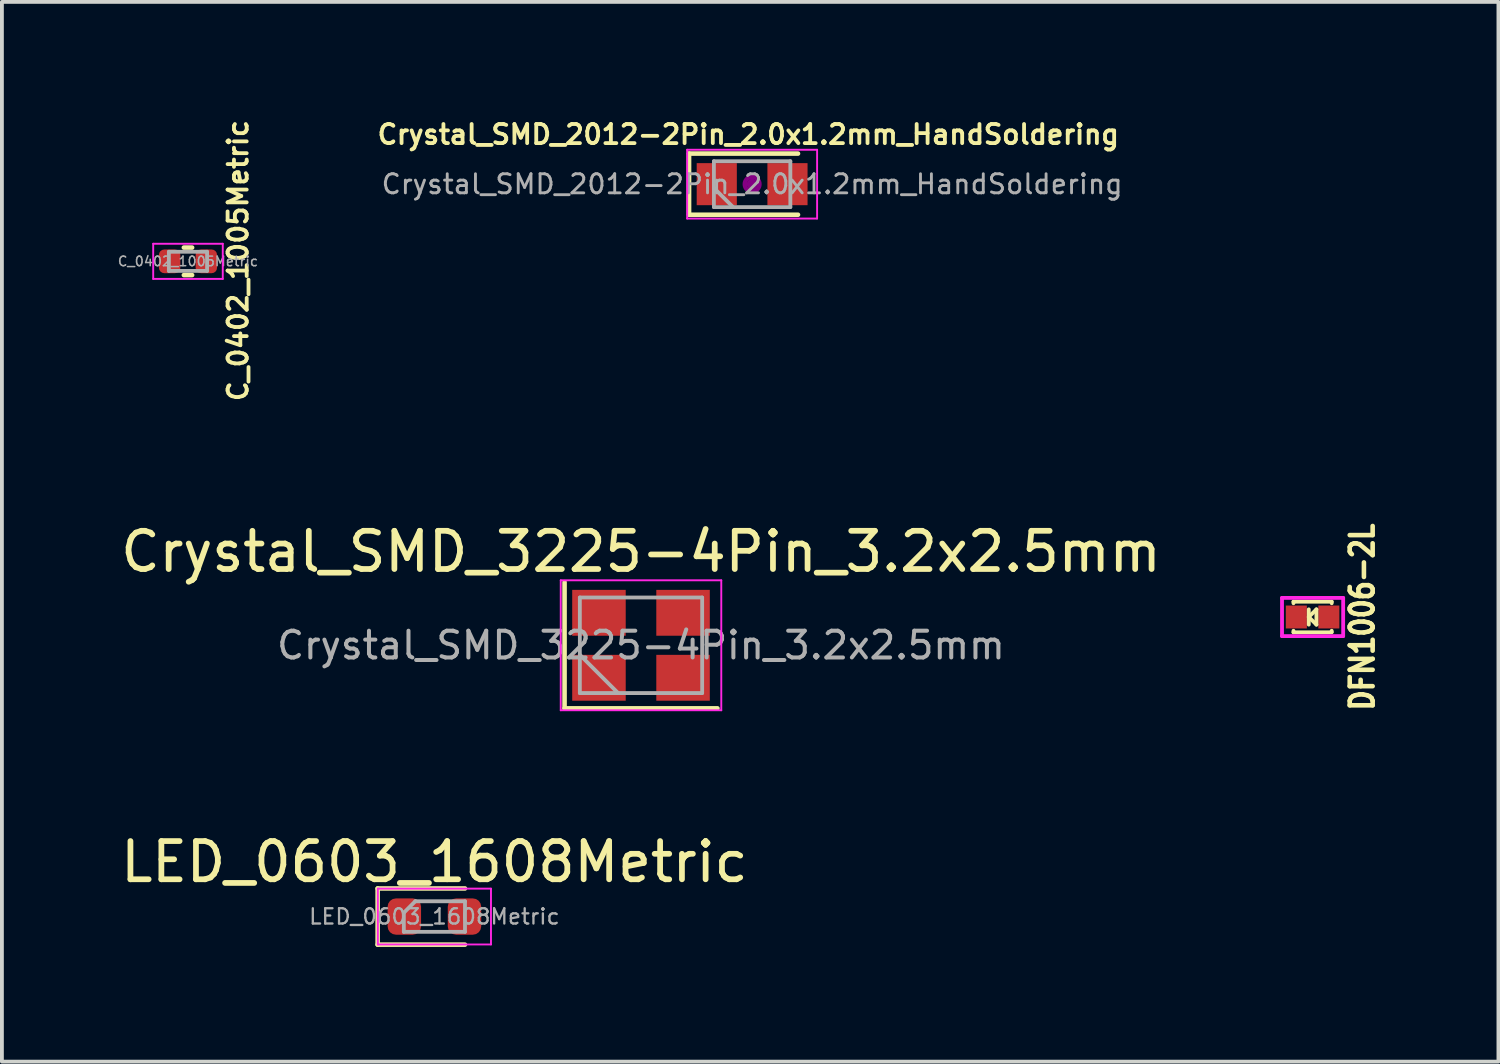
<source format=kicad_pcb>
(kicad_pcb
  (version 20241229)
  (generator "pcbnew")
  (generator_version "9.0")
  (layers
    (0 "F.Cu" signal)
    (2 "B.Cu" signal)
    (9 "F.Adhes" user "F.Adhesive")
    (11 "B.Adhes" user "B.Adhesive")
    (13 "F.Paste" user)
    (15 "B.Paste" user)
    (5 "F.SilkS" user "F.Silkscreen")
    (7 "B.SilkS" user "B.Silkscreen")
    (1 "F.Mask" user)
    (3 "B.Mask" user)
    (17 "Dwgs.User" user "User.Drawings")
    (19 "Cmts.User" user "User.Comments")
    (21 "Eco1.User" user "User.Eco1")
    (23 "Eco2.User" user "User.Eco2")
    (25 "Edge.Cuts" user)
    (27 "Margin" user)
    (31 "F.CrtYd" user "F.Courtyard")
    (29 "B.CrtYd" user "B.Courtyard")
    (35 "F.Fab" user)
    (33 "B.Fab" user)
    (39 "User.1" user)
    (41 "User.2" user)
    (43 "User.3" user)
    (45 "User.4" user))
  (footprint "C_0402_1005Metric"
    (layer "F.Cu")
    (at 1.868 3.787)
    (property "Reference" "C_0402_1005Metric" (at 1.31 -0.02 90) (layer "F.SilkS") (effects (font (size 0.5 0.5) (thickness 0.1))))
    (attr smd)
    (fp_line (start -0.108 -0.36) (end 0.108 -0.36) (stroke (width 0.12) (type solid)) (layer "F.SilkS"))
    (fp_line (start -0.108 0.36) (end 0.108 0.36) (stroke (width 0.12) (type solid)) (layer "F.SilkS"))
    (fp_line (start -0.91 -0.46) (end 0.91 -0.46) (stroke (width 0.05) (type solid)) (layer "F.CrtYd"))
    (fp_line (start -0.91 0.46) (end -0.91 -0.46) (stroke (width 0.05) (type solid)) (layer "F.CrtYd"))
    (fp_line (start 0.91 -0.46) (end 0.91 0.46) (stroke (width 0.05) (type solid)) (layer "F.CrtYd"))
    (fp_line (start 0.91 0.46) (end -0.91 0.46) (stroke (width 0.05) (type solid)) (layer "F.CrtYd"))
    (fp_line (start -0.5 -0.25) (end 0.5 -0.25) (stroke (width 0.1) (type solid)) (layer "F.Fab"))
    (fp_line (start -0.5 0.25) (end -0.5 -0.25) (stroke (width 0.1) (type solid)) (layer "F.Fab"))
    (fp_line (start 0.5 -0.25) (end 0.5 0.25) (stroke (width 0.1) (type solid)) (layer "F.Fab"))
    (fp_line (start 0.5 0.25) (end -0.5 0.25) (stroke (width 0.1) (type solid)) (layer "F.Fab"))
    (fp_text user "${REFERENCE}" (at 0 0 180) (layer "F.Fab") (effects (font (size 0.25 0.25) (thickness 0.04))))
    (pad "1" smd roundrect (at -0.48 0) (size 0.56 0.62) (layers "F.Cu" "F.Mask" "F.Paste") (roundrect_rratio 0.25))
    (pad "2" smd roundrect (at 0.48 0) (size 0.56 0.62) (layers "F.Cu" "F.Mask" "F.Paste") (roundrect_rratio 0.25)))
  (footprint "Crystal_SMD_3225-4Pin_3.2x2.5mm"
    (layer "F.Cu")
    (at 13.72 13.832)
    (property "Reference" "Crystal_SMD_3225-4Pin_3.2x2.5mm" (at 0 -2.45 0) (layer "F.SilkS") (effects (font (size 1 1) (thickness 0.15))))
    (attr smd)
    (fp_line (start -2 -1.65) (end -2 1.65) (stroke (width 0.12) (type solid)) (layer "F.SilkS"))
    (fp_line (start -2 1.65) (end 2 1.65) (stroke (width 0.12) (type solid)) (layer "F.SilkS"))
    (fp_line (start -2.1 -1.7) (end -2.1 1.7) (stroke (width 0.05) (type solid)) (layer "F.CrtYd"))
    (fp_line (start -2.1 1.7) (end 2.1 1.7) (stroke (width 0.05) (type solid)) (layer "F.CrtYd"))
    (fp_line (start 2.1 -1.7) (end -2.1 -1.7) (stroke (width 0.05) (type solid)) (layer "F.CrtYd"))
    (fp_line (start 2.1 1.7) (end 2.1 -1.7) (stroke (width 0.05) (type solid)) (layer "F.CrtYd"))
    (fp_line (start -1.6 -1.25) (end -1.6 1.25) (stroke (width 0.1) (type solid)) (layer "F.Fab"))
    (fp_line (start -1.6 0.25) (end -0.6 1.25) (stroke (width 0.1) (type solid)) (layer "F.Fab"))
    (fp_line (start -1.6 1.25) (end 1.6 1.25) (stroke (width 0.1) (type solid)) (layer "F.Fab"))
    (fp_line (start 1.6 -1.25) (end -1.6 -1.25) (stroke (width 0.1) (type solid)) (layer "F.Fab"))
    (fp_line (start 1.6 1.25) (end 1.6 -1.25) (stroke (width 0.1) (type solid)) (layer "F.Fab"))
    (fp_text user "${REFERENCE}" (at 0 0 0) (layer "F.Fab") (effects (font (size 0.7 0.7) (thickness 0.105))))
    (pad "1" smd rect (at -1.1 0.85) (size 1.4 1.2) (layers "F.Cu" "F.Mask" "F.Paste"))
    (pad "2" smd rect (at 1.1 0.85) (size 1.4 1.2) (layers "F.Cu" "F.Mask" "F.Paste"))
    (pad "3" smd rect (at 1.1 -0.85) (size 1.4 1.2) (layers "F.Cu" "F.Mask" "F.Paste"))
    (pad "4" smd rect (at -1.1 -0.85) (size 1.4 1.2) (layers "F.Cu" "F.Mask" "F.Paste")))
  (footprint "Crystal_SMD_2012-2Pin_2.0x1.2mm_HandSoldering"
    (layer "F.Cu")
    (at 16.627 1.768)
    (property "Reference" "Crystal_SMD_2012-2Pin_2.0x1.2mm_HandSoldering" (at -0.1 -1.3 0) (layer "F.SilkS") (effects (font (size 0.5 0.5) (thickness 0.1))))
    (attr smd)
    (fp_line (start -1.65 -0.8) (end -1.65 0.8) (stroke (width 0.12) (type solid)) (layer "F.SilkS"))
    (fp_line (start -1.65 0.8) (end 1.2 0.8) (stroke (width 0.12) (type solid)) (layer "F.SilkS"))
    (fp_line (start 1.2 -0.8) (end -1.65 -0.8) (stroke (width 0.12) (type solid)) (layer "F.SilkS"))
    (fp_circle (center 0 0) (end 0.047 0) (stroke (width 0.093) (type solid)) (fill no) (layer "F.Adhes"))
    (fp_circle (center 0 0) (end 0.107 0) (stroke (width 0.067) (type solid)) (fill no) (layer "F.Adhes"))
    (fp_circle (center 0 0) (end 0.167 0) (stroke (width 0.067) (type solid)) (fill no) (layer "F.Adhes"))
    (fp_circle (center 0 0) (end 0.2 0) (stroke (width 0.1) (type solid)) (fill no) (layer "F.Adhes"))
    (fp_line (start -1.7 -0.9) (end -1.7 0.9) (stroke (width 0.05) (type solid)) (layer "F.CrtYd"))
    (fp_line (start -1.7 0.9) (end 1.7 0.9) (stroke (width 0.05) (type solid)) (layer "F.CrtYd"))
    (fp_line (start 1.7 -0.9) (end -1.7 -0.9) (stroke (width 0.05) (type solid)) (layer "F.CrtYd"))
    (fp_line (start 1.7 0.9) (end 1.7 -0.9) (stroke (width 0.05) (type solid)) (layer "F.CrtYd"))
    (fp_line (start -1 -0.6) (end -1 0.6) (stroke (width 0.1) (type solid)) (layer "F.Fab"))
    (fp_line (start -1 0.1) (end -0.5 0.6) (stroke (width 0.1) (type solid)) (layer "F.Fab"))
    (fp_line (start -1 0.6) (end 1 0.6) (stroke (width 0.1) (type solid)) (layer "F.Fab"))
    (fp_line (start 1 -0.6) (end -1 -0.6) (stroke (width 0.1) (type solid)) (layer "F.Fab"))
    (fp_line (start 1 0.6) (end 1 -0.6) (stroke (width 0.1) (type solid)) (layer "F.Fab"))
    (fp_text user "${REFERENCE}" (at 0 0 0) (layer "F.Fab") (effects (font (size 0.5 0.5) (thickness 0.075))))
    (pad "1" smd rect (at -0.925 0) (size 1.05 1.1) (layers "F.Cu" "F.Mask" "F.Paste"))
    (pad "2" smd rect (at 0.925 0) (size 1.05 1.1) (layers "F.Cu" "F.Mask" "F.Paste")))
  (footprint "DFN1006-2L"
    (layer "F.Cu")
    (at 31.29 13.092)
    (property "Reference" "DFN1006-2L" (at 1.3 0 90) (layer "F.SilkS") (effects (font (size 0.6 0.5) (thickness 0.12))))
    (attr smd)
    (fp_line (start -0.5 -0.4) (end -0.5 -0.36) (stroke (width 0.1) (type solid)) (layer "F.SilkS"))
    (fp_line (start -0.5 -0.4) (end 0.5 -0.4) (stroke (width 0.1) (type solid)) (layer "F.SilkS"))
    (fp_line (start -0.5 0.4) (end -0.5 0.36) (stroke (width 0.1) (type solid)) (layer "F.SilkS"))
    (fp_line (start -0.1 -0.2) (end -0.1 0.2) (stroke (width 0.1) (type solid)) (layer "F.SilkS"))
    (fp_line (start -0.1 0) (end 0.1 0.2) (stroke (width 0.1) (type solid)) (layer "F.SilkS"))
    (fp_line (start 0.1 -0.2) (end -0.1 0) (stroke (width 0.1) (type solid)) (layer "F.SilkS"))
    (fp_line (start 0.1 -0.2) (end 0.1 0.2) (stroke (width 0.1) (type solid)) (layer "F.SilkS"))
    (fp_line (start 0.5 -0.4) (end 0.5 -0.36) (stroke (width 0.1) (type solid)) (layer "F.SilkS"))
    (fp_line (start 0.5 0.39) (end 0.5 0.36) (stroke (width 0.1) (type solid)) (layer "F.SilkS"))
    (fp_line (start 0.5 0.4) (end -0.5 0.4) (stroke (width 0.1) (type solid)) (layer "F.SilkS"))
    (fp_line (start -0.8 -0.5) (end 0.8 -0.5) (stroke (width 0.1) (type solid)) (layer "F.CrtYd"))
    (fp_line (start -0.8 0.5) (end -0.8 -0.5) (stroke (width 0.1) (type solid)) (layer "F.CrtYd"))
    (fp_line (start 0.8 -0.5) (end 0.8 0.5) (stroke (width 0.1) (type solid)) (layer "F.CrtYd"))
    (fp_line (start 0.8 0.5) (end -0.8 0.5) (stroke (width 0.1) (type solid)) (layer "F.CrtYd"))
    (pad "1" smd rect (at -0.425 0) (size 0.55 0.6) (layers "F.Cu" "F.Mask" "F.Paste"))
    (pad "2" smd rect (at 0.425 0) (size 0.55 0.6) (layers "F.Cu" "F.Mask" "F.Paste")))
  (footprint "LED_0603_1608Metric"
    (layer "F.Cu")
    (at 8.315 20.929)
    (property "Reference" "LED_0603_1608Metric" (at 0 -1.43 0) (unlocked yes) (layer "F.SilkS") (effects (font (size 1 1) (thickness 0.15))))
    (attr smd)
    (fp_line (start -1.485 -0.735) (end -1.485 0.735) (stroke (width 0.12) (type solid)) (layer "F.SilkS"))
    (fp_line (start -1.485 0.735) (end 0.8 0.735) (stroke (width 0.12) (type solid)) (layer "F.SilkS"))
    (fp_line (start 0.8 -0.735) (end -1.485 -0.735) (stroke (width 0.12) (type solid)) (layer "F.SilkS"))
    (fp_line (start -1.48 -0.73) (end 1.48 -0.73) (stroke (width 0.05) (type solid)) (layer "F.CrtYd"))
    (fp_line (start -1.48 0.73) (end -1.48 -0.73) (stroke (width 0.05) (type solid)) (layer "F.CrtYd"))
    (fp_line (start 1.48 -0.73) (end 1.48 0.73) (stroke (width 0.05) (type solid)) (layer "F.CrtYd"))
    (fp_line (start 1.48 0.73) (end -1.48 0.73) (stroke (width 0.05) (type solid)) (layer "F.CrtYd"))
    (fp_line (start -0.8 -0.1) (end -0.8 0.4) (stroke (width 0.1) (type solid)) (layer "F.Fab"))
    (fp_line (start -0.8 0.4) (end 0.8 0.4) (stroke (width 0.1) (type solid)) (layer "F.Fab"))
    (fp_line (start -0.5 -0.4) (end -0.8 -0.1) (stroke (width 0.1) (type solid)) (layer "F.Fab"))
    (fp_line (start 0.8 -0.4) (end -0.5 -0.4) (stroke (width 0.1) (type solid)) (layer "F.Fab"))
    (fp_line (start 0.8 0.4) (end 0.8 -0.4) (stroke (width 0.1) (type solid)) (layer "F.Fab"))
    (fp_text user "${REFERENCE}" (at 0 0 0) (layer "F.Fab") (effects (font (size 0.4 0.4) (thickness 0.06))))
    (pad "1" smd roundrect (at -0.787 0) (size 0.875 0.95) (layers "F.Cu" "F.Mask" "F.Paste") (roundrect_rratio 0.25))
    (pad "2" smd roundrect (at 0.787 0) (size 0.875 0.95) (layers "F.Cu" "F.Mask" "F.Paste") (roundrect_rratio 0.25)))
  (gr_rect
    (start -3 -3)
    (end 36.152 24.724)
    (stroke (width 0.1) (type default))
    (fill no)
    (layer "Edge.Cuts")))
</source>
